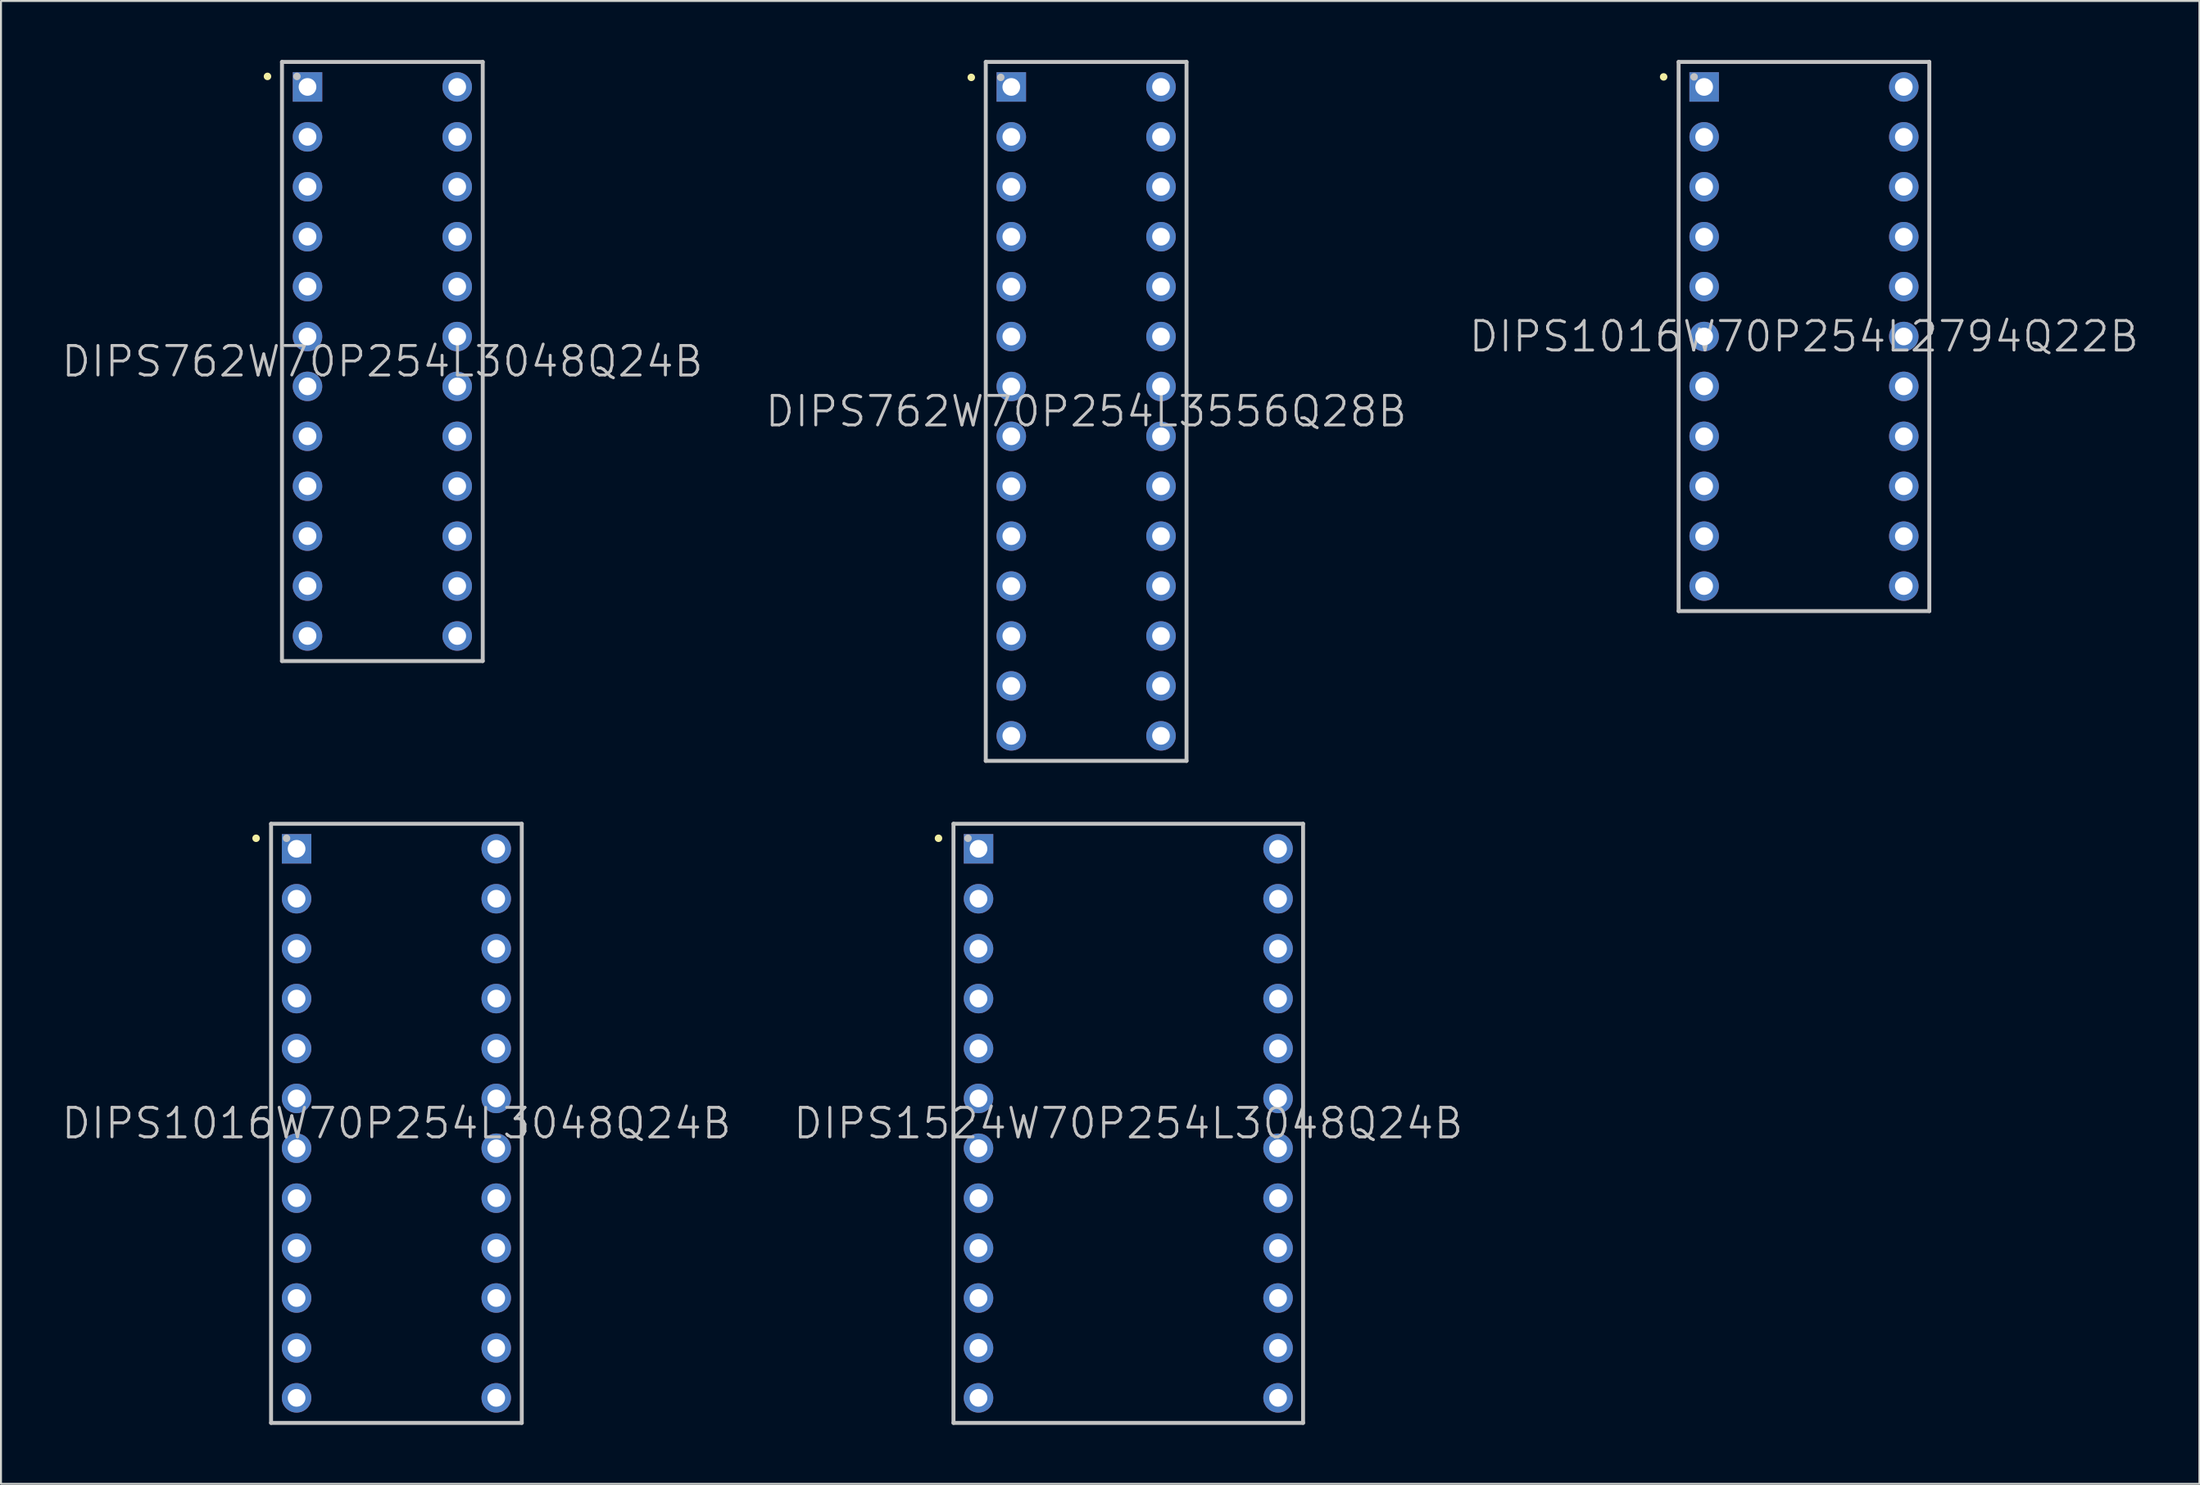
<source format=kicad_pcb>
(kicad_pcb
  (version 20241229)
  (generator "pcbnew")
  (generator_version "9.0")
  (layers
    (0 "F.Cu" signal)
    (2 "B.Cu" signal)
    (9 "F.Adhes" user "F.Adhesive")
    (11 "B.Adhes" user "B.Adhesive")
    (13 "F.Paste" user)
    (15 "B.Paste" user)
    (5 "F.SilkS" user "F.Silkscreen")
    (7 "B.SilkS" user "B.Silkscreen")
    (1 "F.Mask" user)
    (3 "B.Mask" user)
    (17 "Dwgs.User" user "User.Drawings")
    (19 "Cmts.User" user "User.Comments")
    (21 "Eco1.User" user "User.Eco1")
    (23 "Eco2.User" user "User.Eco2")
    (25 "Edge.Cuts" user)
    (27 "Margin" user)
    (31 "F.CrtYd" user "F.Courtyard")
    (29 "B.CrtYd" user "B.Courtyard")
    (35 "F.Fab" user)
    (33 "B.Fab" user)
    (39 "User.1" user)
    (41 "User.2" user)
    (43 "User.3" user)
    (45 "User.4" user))
  (footprint "DIPS762W70P254L3048Q24B"
    (layer "F.Cu")
    (at 16.396 15.34)
    (property "Reference" "DIPS762W70P254L3048Q24B" (at 0 0 0) (layer "Dwgs.User") (effects (font (size 1.5 1.5) (thickness 0.15))))
    (attr through_hole)
    (fp_line (start -5.842 -14.503) (end -5.842 -14.503) (stroke (width 0.381) (type solid)) (layer "F.SilkS"))
    (fp_line (start -5.105 -15.24) (end -5.105 15.24) (stroke (width 0.2) (type solid)) (layer "Dwgs.User"))
    (fp_line (start -5.105 -15.24) (end 5.105 -15.24) (stroke (width 0.2) (type solid)) (layer "Dwgs.User"))
    (fp_line (start -5.105 15.24) (end 5.105 15.24) (stroke (width 0.2) (type solid)) (layer "Dwgs.User"))
    (fp_line (start -4.343 -14.503) (end -4.343 -14.503) (stroke (width 0.381) (type solid)) (layer "Dwgs.User"))
    (fp_line (start 5.105 -15.24) (end 5.105 15.24) (stroke (width 0.2) (type solid)) (layer "Dwgs.User"))
    (pad "1" thru_hole rect (at -3.807 -13.967 180) (size 1.5 1.5) (drill 0.9) (layers "*.Cu" "*.Mask"))
    (pad "2" thru_hole circle (at -3.807 -11.427 180) (size 1.5 1.5) (drill 0.9) (layers "*.Cu" "*.Mask"))
    (pad "3" thru_hole circle (at -3.807 -8.887 180) (size 1.5 1.5) (drill 0.9) (layers "*.Cu" "*.Mask"))
    (pad "4" thru_hole circle (at -3.807 -6.347 180) (size 1.5 1.5) (drill 0.9) (layers "*.Cu" "*.Mask"))
    (pad "5" thru_hole circle (at -3.807 -3.807 180) (size 1.5 1.5) (drill 0.9) (layers "*.Cu" "*.Mask"))
    (pad "6" thru_hole circle (at -3.807 -1.267 180) (size 1.5 1.5) (drill 0.9) (layers "*.Cu" "*.Mask"))
    (pad "7" thru_hole circle (at -3.807 1.267 180) (size 1.5 1.5) (drill 0.9) (layers "*.Cu" "*.Mask"))
    (pad "8" thru_hole circle (at -3.807 3.807 180) (size 1.5 1.5) (drill 0.9) (layers "*.Cu" "*.Mask"))
    (pad "9" thru_hole circle (at -3.807 6.347 180) (size 1.5 1.5) (drill 0.9) (layers "*.Cu" "*.Mask"))
    (pad "10" thru_hole circle (at -3.807 8.887 180) (size 1.5 1.5) (drill 0.9) (layers "*.Cu" "*.Mask"))
    (pad "11" thru_hole circle (at -3.807 11.427 180) (size 1.5 1.5) (drill 0.9) (layers "*.Cu" "*.Mask"))
    (pad "12" thru_hole circle (at -3.807 13.967 180) (size 1.5 1.5) (drill 0.9) (layers "*.Cu" "*.Mask"))
    (pad "13" thru_hole circle (at 3.807 13.967 180) (size 1.5 1.5) (drill 0.9) (layers "*.Cu" "*.Mask"))
    (pad "14" thru_hole circle (at 3.807 11.427 180) (size 1.5 1.5) (drill 0.9) (layers "*.Cu" "*.Mask"))
    (pad "15" thru_hole circle (at 3.807 8.887 180) (size 1.5 1.5) (drill 0.9) (layers "*.Cu" "*.Mask"))
    (pad "16" thru_hole circle (at 3.807 6.347 180) (size 1.5 1.5) (drill 0.9) (layers "*.Cu" "*.Mask"))
    (pad "17" thru_hole circle (at 3.807 3.807 180) (size 1.5 1.5) (drill 0.9) (layers "*.Cu" "*.Mask"))
    (pad "18" thru_hole circle (at 3.807 1.267 180) (size 1.5 1.5) (drill 0.9) (layers "*.Cu" "*.Mask"))
    (pad "19" thru_hole circle (at 3.807 -1.267 180) (size 1.5 1.5) (drill 0.9) (layers "*.Cu" "*.Mask"))
    (pad "20" thru_hole circle (at 3.807 -3.807 180) (size 1.5 1.5) (drill 0.9) (layers "*.Cu" "*.Mask"))
    (pad "21" thru_hole circle (at 3.807 -6.347 180) (size 1.5 1.5) (drill 0.9) (layers "*.Cu" "*.Mask"))
    (pad "22" thru_hole circle (at 3.807 -8.887 180) (size 1.5 1.5) (drill 0.9) (layers "*.Cu" "*.Mask"))
    (pad "23" thru_hole circle (at 3.807 -11.427 180) (size 1.5 1.5) (drill 0.9) (layers "*.Cu" "*.Mask"))
    (pad "24" thru_hole circle (at 3.807 -13.967 180) (size 1.5 1.5) (drill 0.9) (layers "*.Cu" "*.Mask")))
  (footprint "DIPS762W70P254L3556Q28B"
    (layer "F.Cu")
    (at 52.189 17.88)
    (property "Reference" "DIPS762W70P254L3556Q28B" (at 0 0 0) (layer "Dwgs.User") (effects (font (size 1.5 1.5) (thickness 0.15))))
    (attr through_hole)
    (fp_line (start -5.842 -16.993) (end -5.842 -16.993) (stroke (width 0.381) (type solid)) (layer "F.SilkS"))
    (fp_line (start -5.105 -17.78) (end -5.105 17.78) (stroke (width 0.2) (type solid)) (layer "Dwgs.User"))
    (fp_line (start -5.105 -17.78) (end 5.105 -17.78) (stroke (width 0.2) (type solid)) (layer "Dwgs.User"))
    (fp_line (start -5.105 17.78) (end 5.105 17.78) (stroke (width 0.2) (type solid)) (layer "Dwgs.User"))
    (fp_line (start -4.343 -16.993) (end -4.343 -16.993) (stroke (width 0.381) (type solid)) (layer "Dwgs.User"))
    (fp_line (start 5.105 -17.78) (end 5.105 17.78) (stroke (width 0.2) (type solid)) (layer "Dwgs.User"))
    (pad "1" thru_hole rect (at -3.807 -16.507 180) (size 1.5 1.5) (drill 0.9) (layers "*.Cu" "*.Mask"))
    (pad "2" thru_hole circle (at -3.807 -13.967 180) (size 1.5 1.5) (drill 0.9) (layers "*.Cu" "*.Mask"))
    (pad "3" thru_hole circle (at -3.807 -11.427 180) (size 1.5 1.5) (drill 0.9) (layers "*.Cu" "*.Mask"))
    (pad "4" thru_hole circle (at -3.807 -8.887 180) (size 1.5 1.5) (drill 0.9) (layers "*.Cu" "*.Mask"))
    (pad "5" thru_hole circle (at -3.807 -6.347 180) (size 1.5 1.5) (drill 0.9) (layers "*.Cu" "*.Mask"))
    (pad "6" thru_hole circle (at -3.807 -3.807 180) (size 1.5 1.5) (drill 0.9) (layers "*.Cu" "*.Mask"))
    (pad "7" thru_hole circle (at -3.807 -1.267 180) (size 1.5 1.5) (drill 0.9) (layers "*.Cu" "*.Mask"))
    (pad "8" thru_hole circle (at -3.807 1.267 180) (size 1.5 1.5) (drill 0.9) (layers "*.Cu" "*.Mask"))
    (pad "9" thru_hole circle (at -3.807 3.807 180) (size 1.5 1.5) (drill 0.9) (layers "*.Cu" "*.Mask"))
    (pad "10" thru_hole circle (at -3.807 6.347 180) (size 1.5 1.5) (drill 0.9) (layers "*.Cu" "*.Mask"))
    (pad "11" thru_hole circle (at -3.807 8.887 180) (size 1.5 1.5) (drill 0.9) (layers "*.Cu" "*.Mask"))
    (pad "12" thru_hole circle (at -3.807 11.427 180) (size 1.5 1.5) (drill 0.9) (layers "*.Cu" "*.Mask"))
    (pad "13" thru_hole circle (at -3.807 13.967 180) (size 1.5 1.5) (drill 0.9) (layers "*.Cu" "*.Mask"))
    (pad "14" thru_hole circle (at -3.807 16.507 180) (size 1.5 1.5) (drill 0.9) (layers "*.Cu" "*.Mask"))
    (pad "15" thru_hole circle (at 3.807 16.507 180) (size 1.5 1.5) (drill 0.9) (layers "*.Cu" "*.Mask"))
    (pad "16" thru_hole circle (at 3.807 13.967 180) (size 1.5 1.5) (drill 0.9) (layers "*.Cu" "*.Mask"))
    (pad "17" thru_hole circle (at 3.807 11.427 180) (size 1.5 1.5) (drill 0.9) (layers "*.Cu" "*.Mask"))
    (pad "18" thru_hole circle (at 3.807 8.887 180) (size 1.5 1.5) (drill 0.9) (layers "*.Cu" "*.Mask"))
    (pad "19" thru_hole circle (at 3.807 6.347 180) (size 1.5 1.5) (drill 0.9) (layers "*.Cu" "*.Mask"))
    (pad "20" thru_hole circle (at 3.807 3.807 180) (size 1.5 1.5) (drill 0.9) (layers "*.Cu" "*.Mask"))
    (pad "21" thru_hole circle (at 3.807 1.267 180) (size 1.5 1.5) (drill 0.9) (layers "*.Cu" "*.Mask"))
    (pad "22" thru_hole circle (at 3.807 -1.267 180) (size 1.5 1.5) (drill 0.9) (layers "*.Cu" "*.Mask"))
    (pad "23" thru_hole circle (at 3.807 -3.807 180) (size 1.5 1.5) (drill 0.9) (layers "*.Cu" "*.Mask"))
    (pad "24" thru_hole circle (at 3.807 -6.347 180) (size 1.5 1.5) (drill 0.9) (layers "*.Cu" "*.Mask"))
    (pad "25" thru_hole circle (at 3.807 -8.887 180) (size 1.5 1.5) (drill 0.9) (layers "*.Cu" "*.Mask"))
    (pad "26" thru_hole circle (at 3.807 -11.427 180) (size 1.5 1.5) (drill 0.9) (layers "*.Cu" "*.Mask"))
    (pad "27" thru_hole circle (at 3.807 -13.967 180) (size 1.5 1.5) (drill 0.9) (layers "*.Cu" "*.Mask"))
    (pad "28" thru_hole circle (at 3.807 -16.507 180) (size 1.5 1.5) (drill 0.9) (layers "*.Cu" "*.Mask")))
  (footprint "DIPS1016W70P254L2794Q22B"
    (layer "F.Cu")
    (at 88.696 14.07)
    (property "Reference" "DIPS1016W70P254L2794Q22B" (at 0 0 0) (layer "Dwgs.User") (effects (font (size 1.5 1.5) (thickness 0.15))))
    (attr through_hole)
    (fp_line (start -7.137 -13.208) (end -7.137 -13.208) (stroke (width 0.381) (type solid)) (layer "F.SilkS"))
    (fp_line (start -6.375 -13.97) (end -6.375 13.97) (stroke (width 0.2) (type solid)) (layer "Dwgs.User"))
    (fp_line (start -6.375 -13.97) (end 6.375 -13.97) (stroke (width 0.2) (type solid)) (layer "Dwgs.User"))
    (fp_line (start -6.375 13.97) (end 6.375 13.97) (stroke (width 0.2) (type solid)) (layer "Dwgs.User"))
    (fp_line (start -5.588 -13.208) (end -5.588 -13.208) (stroke (width 0.381) (type solid)) (layer "Dwgs.User"))
    (fp_line (start 6.375 -13.97) (end 6.375 13.97) (stroke (width 0.2) (type solid)) (layer "Dwgs.User"))
    (pad "1" thru_hole rect (at -5.077 -12.697 180) (size 1.5 1.5) (drill 0.9) (layers "*.Cu" "*.Mask"))
    (pad "2" thru_hole circle (at -5.077 -10.157 180) (size 1.5 1.5) (drill 0.9) (layers "*.Cu" "*.Mask"))
    (pad "3" thru_hole circle (at -5.077 -7.617 180) (size 1.5 1.5) (drill 0.9) (layers "*.Cu" "*.Mask"))
    (pad "4" thru_hole circle (at -5.077 -5.077 180) (size 1.5 1.5) (drill 0.9) (layers "*.Cu" "*.Mask"))
    (pad "5" thru_hole circle (at -5.077 -2.537 180) (size 1.5 1.5) (drill 0.9) (layers "*.Cu" "*.Mask"))
    (pad "6" thru_hole circle (at -5.077 0 180) (size 1.5 1.5) (drill 0.9) (layers "*.Cu" "*.Mask"))
    (pad "7" thru_hole circle (at -5.077 2.537 180) (size 1.5 1.5) (drill 0.9) (layers "*.Cu" "*.Mask"))
    (pad "8" thru_hole circle (at -5.077 5.077 180) (size 1.5 1.5) (drill 0.9) (layers "*.Cu" "*.Mask"))
    (pad "9" thru_hole circle (at -5.077 7.617 180) (size 1.5 1.5) (drill 0.9) (layers "*.Cu" "*.Mask"))
    (pad "10" thru_hole circle (at -5.077 10.157 180) (size 1.5 1.5) (drill 0.9) (layers "*.Cu" "*.Mask"))
    (pad "11" thru_hole circle (at -5.077 12.697 180) (size 1.5 1.5) (drill 0.9) (layers "*.Cu" "*.Mask"))
    (pad "12" thru_hole circle (at 5.077 12.697 180) (size 1.5 1.5) (drill 0.9) (layers "*.Cu" "*.Mask"))
    (pad "13" thru_hole circle (at 5.077 10.157 180) (size 1.5 1.5) (drill 0.9) (layers "*.Cu" "*.Mask"))
    (pad "14" thru_hole circle (at 5.077 7.617 180) (size 1.5 1.5) (drill 0.9) (layers "*.Cu" "*.Mask"))
    (pad "15" thru_hole circle (at 5.077 5.077 180) (size 1.5 1.5) (drill 0.9) (layers "*.Cu" "*.Mask"))
    (pad "16" thru_hole circle (at 5.077 2.537 180) (size 1.5 1.5) (drill 0.9) (layers "*.Cu" "*.Mask"))
    (pad "17" thru_hole circle (at 5.077 0 180) (size 1.5 1.5) (drill 0.9) (layers "*.Cu" "*.Mask"))
    (pad "18" thru_hole circle (at 5.077 -2.537 180) (size 1.5 1.5) (drill 0.9) (layers "*.Cu" "*.Mask"))
    (pad "19" thru_hole circle (at 5.077 -5.077 180) (size 1.5 1.5) (drill 0.9) (layers "*.Cu" "*.Mask"))
    (pad "20" thru_hole circle (at 5.077 -7.617 180) (size 1.5 1.5) (drill 0.9) (layers "*.Cu" "*.Mask"))
    (pad "21" thru_hole circle (at 5.077 -10.157 180) (size 1.5 1.5) (drill 0.9) (layers "*.Cu" "*.Mask"))
    (pad "22" thru_hole circle (at 5.077 -12.697 180) (size 1.5 1.5) (drill 0.9) (layers "*.Cu" "*.Mask")))
  (footprint "DIPS1016W70P254L3048Q24B"
    (layer "F.Cu")
    (at 17.111 54.1)
    (property "Reference" "DIPS1016W70P254L3048Q24B" (at 0 0 0) (layer "Dwgs.User") (effects (font (size 1.5 1.5) (thickness 0.15))))
    (attr through_hole)
    (fp_line (start -7.137 -14.503) (end -7.137 -14.503) (stroke (width 0.381) (type solid)) (layer "F.SilkS"))
    (fp_line (start -6.375 -15.24) (end -6.375 15.24) (stroke (width 0.2) (type solid)) (layer "Dwgs.User"))
    (fp_line (start -6.375 -15.24) (end 6.375 -15.24) (stroke (width 0.2) (type solid)) (layer "Dwgs.User"))
    (fp_line (start -6.375 15.24) (end 6.375 15.24) (stroke (width 0.2) (type solid)) (layer "Dwgs.User"))
    (fp_line (start -5.588 -14.503) (end -5.588 -14.503) (stroke (width 0.381) (type solid)) (layer "Dwgs.User"))
    (fp_line (start 6.375 -15.24) (end 6.375 15.24) (stroke (width 0.2) (type solid)) (layer "Dwgs.User"))
    (pad "1" thru_hole rect (at -5.077 -13.967 180) (size 1.5 1.5) (drill 0.9) (layers "*.Cu" "*.Mask"))
    (pad "2" thru_hole circle (at -5.077 -11.427 180) (size 1.5 1.5) (drill 0.9) (layers "*.Cu" "*.Mask"))
    (pad "3" thru_hole circle (at -5.077 -8.887 180) (size 1.5 1.5) (drill 0.9) (layers "*.Cu" "*.Mask"))
    (pad "4" thru_hole circle (at -5.077 -6.347 180) (size 1.5 1.5) (drill 0.9) (layers "*.Cu" "*.Mask"))
    (pad "5" thru_hole circle (at -5.077 -3.807 180) (size 1.5 1.5) (drill 0.9) (layers "*.Cu" "*.Mask"))
    (pad "6" thru_hole circle (at -5.077 -1.267 180) (size 1.5 1.5) (drill 0.9) (layers "*.Cu" "*.Mask"))
    (pad "7" thru_hole circle (at -5.077 1.267 180) (size 1.5 1.5) (drill 0.9) (layers "*.Cu" "*.Mask"))
    (pad "8" thru_hole circle (at -5.077 3.807 180) (size 1.5 1.5) (drill 0.9) (layers "*.Cu" "*.Mask"))
    (pad "9" thru_hole circle (at -5.077 6.347 180) (size 1.5 1.5) (drill 0.9) (layers "*.Cu" "*.Mask"))
    (pad "10" thru_hole circle (at -5.077 8.887 180) (size 1.5 1.5) (drill 0.9) (layers "*.Cu" "*.Mask"))
    (pad "11" thru_hole circle (at -5.077 11.427 180) (size 1.5 1.5) (drill 0.9) (layers "*.Cu" "*.Mask"))
    (pad "12" thru_hole circle (at -5.077 13.967 180) (size 1.5 1.5) (drill 0.9) (layers "*.Cu" "*.Mask"))
    (pad "13" thru_hole circle (at 5.077 13.967 180) (size 1.5 1.5) (drill 0.9) (layers "*.Cu" "*.Mask"))
    (pad "14" thru_hole circle (at 5.077 11.427 180) (size 1.5 1.5) (drill 0.9) (layers "*.Cu" "*.Mask"))
    (pad "15" thru_hole circle (at 5.077 8.887 180) (size 1.5 1.5) (drill 0.9) (layers "*.Cu" "*.Mask"))
    (pad "16" thru_hole circle (at 5.077 6.347 180) (size 1.5 1.5) (drill 0.9) (layers "*.Cu" "*.Mask"))
    (pad "17" thru_hole circle (at 5.077 3.807 180) (size 1.5 1.5) (drill 0.9) (layers "*.Cu" "*.Mask"))
    (pad "18" thru_hole circle (at 5.077 1.267 180) (size 1.5 1.5) (drill 0.9) (layers "*.Cu" "*.Mask"))
    (pad "19" thru_hole circle (at 5.077 -1.267 180) (size 1.5 1.5) (drill 0.9) (layers "*.Cu" "*.Mask"))
    (pad "20" thru_hole circle (at 5.077 -3.807 180) (size 1.5 1.5) (drill 0.9) (layers "*.Cu" "*.Mask"))
    (pad "21" thru_hole circle (at 5.077 -6.347 180) (size 1.5 1.5) (drill 0.9) (layers "*.Cu" "*.Mask"))
    (pad "22" thru_hole circle (at 5.077 -8.887 180) (size 1.5 1.5) (drill 0.9) (layers "*.Cu" "*.Mask"))
    (pad "23" thru_hole circle (at 5.077 -11.427 180) (size 1.5 1.5) (drill 0.9) (layers "*.Cu" "*.Mask"))
    (pad "24" thru_hole circle (at 5.077 -13.967 180) (size 1.5 1.5) (drill 0.9) (layers "*.Cu" "*.Mask")))
  (footprint "DIPS1524W70P254L3048Q24B"
    (layer "F.Cu")
    (at 54.332 54.1)
    (property "Reference" "DIPS1524W70P254L3048Q24B" (at 0 0 0) (layer "Dwgs.User") (effects (font (size 1.5 1.5) (thickness 0.15))))
    (attr through_hole)
    (fp_line (start -9.652 -14.503) (end -9.652 -14.503) (stroke (width 0.381) (type solid)) (layer "F.SilkS"))
    (fp_line (start -8.89 -15.24) (end -8.89 15.24) (stroke (width 0.2) (type solid)) (layer "Dwgs.User"))
    (fp_line (start -8.89 -15.24) (end 8.89 -15.24) (stroke (width 0.2) (type solid)) (layer "Dwgs.User"))
    (fp_line (start -8.89 15.24) (end 8.89 15.24) (stroke (width 0.2) (type solid)) (layer "Dwgs.User"))
    (fp_line (start -8.153 -14.503) (end -8.153 -14.503) (stroke (width 0.381) (type solid)) (layer "Dwgs.User"))
    (fp_line (start 8.89 -15.24) (end 8.89 15.24) (stroke (width 0.2) (type solid)) (layer "Dwgs.User"))
    (pad "1" thru_hole rect (at -7.617 -13.967 180) (size 1.5 1.5) (drill 0.9) (layers "*.Cu" "*.Mask"))
    (pad "2" thru_hole circle (at -7.617 -11.427 180) (size 1.5 1.5) (drill 0.9) (layers "*.Cu" "*.Mask"))
    (pad "3" thru_hole circle (at -7.617 -8.887 180) (size 1.5 1.5) (drill 0.9) (layers "*.Cu" "*.Mask"))
    (pad "4" thru_hole circle (at -7.617 -6.347 180) (size 1.5 1.5) (drill 0.9) (layers "*.Cu" "*.Mask"))
    (pad "5" thru_hole circle (at -7.617 -3.807 180) (size 1.5 1.5) (drill 0.9) (layers "*.Cu" "*.Mask"))
    (pad "6" thru_hole circle (at -7.617 -1.267 180) (size 1.5 1.5) (drill 0.9) (layers "*.Cu" "*.Mask"))
    (pad "7" thru_hole circle (at -7.617 1.267 180) (size 1.5 1.5) (drill 0.9) (layers "*.Cu" "*.Mask"))
    (pad "8" thru_hole circle (at -7.617 3.807 180) (size 1.5 1.5) (drill 0.9) (layers "*.Cu" "*.Mask"))
    (pad "9" thru_hole circle (at -7.617 6.347 180) (size 1.5 1.5) (drill 0.9) (layers "*.Cu" "*.Mask"))
    (pad "10" thru_hole circle (at -7.617 8.887 180) (size 1.5 1.5) (drill 0.9) (layers "*.Cu" "*.Mask"))
    (pad "11" thru_hole circle (at -7.617 11.427 180) (size 1.5 1.5) (drill 0.9) (layers "*.Cu" "*.Mask"))
    (pad "12" thru_hole circle (at -7.617 13.967 180) (size 1.5 1.5) (drill 0.9) (layers "*.Cu" "*.Mask"))
    (pad "13" thru_hole circle (at 7.617 13.967 180) (size 1.5 1.5) (drill 0.9) (layers "*.Cu" "*.Mask"))
    (pad "14" thru_hole circle (at 7.617 11.427 180) (size 1.5 1.5) (drill 0.9) (layers "*.Cu" "*.Mask"))
    (pad "15" thru_hole circle (at 7.617 8.887 180) (size 1.5 1.5) (drill 0.9) (layers "*.Cu" "*.Mask"))
    (pad "16" thru_hole circle (at 7.617 6.347 180) (size 1.5 1.5) (drill 0.9) (layers "*.Cu" "*.Mask"))
    (pad "17" thru_hole circle (at 7.617 3.807 180) (size 1.5 1.5) (drill 0.9) (layers "*.Cu" "*.Mask"))
    (pad "18" thru_hole circle (at 7.617 1.267 180) (size 1.5 1.5) (drill 0.9) (layers "*.Cu" "*.Mask"))
    (pad "19" thru_hole circle (at 7.617 -1.267 180) (size 1.5 1.5) (drill 0.9) (layers "*.Cu" "*.Mask"))
    (pad "20" thru_hole circle (at 7.617 -3.807 180) (size 1.5 1.5) (drill 0.9) (layers "*.Cu" "*.Mask"))
    (pad "21" thru_hole circle (at 7.617 -6.347 180) (size 1.5 1.5) (drill 0.9) (layers "*.Cu" "*.Mask"))
    (pad "22" thru_hole circle (at 7.617 -8.887 180) (size 1.5 1.5) (drill 0.9) (layers "*.Cu" "*.Mask"))
    (pad "23" thru_hole circle (at 7.617 -11.427 180) (size 1.5 1.5) (drill 0.9) (layers "*.Cu" "*.Mask"))
    (pad "24" thru_hole circle (at 7.617 -13.967 180) (size 1.5 1.5) (drill 0.9) (layers "*.Cu" "*.Mask")))
  (gr_rect
    (start -3 -3)
    (end 108.807 72.44)
    (stroke (width 0.1) (type default))
    (fill no)
    (layer "Edge.Cuts")))
</source>
